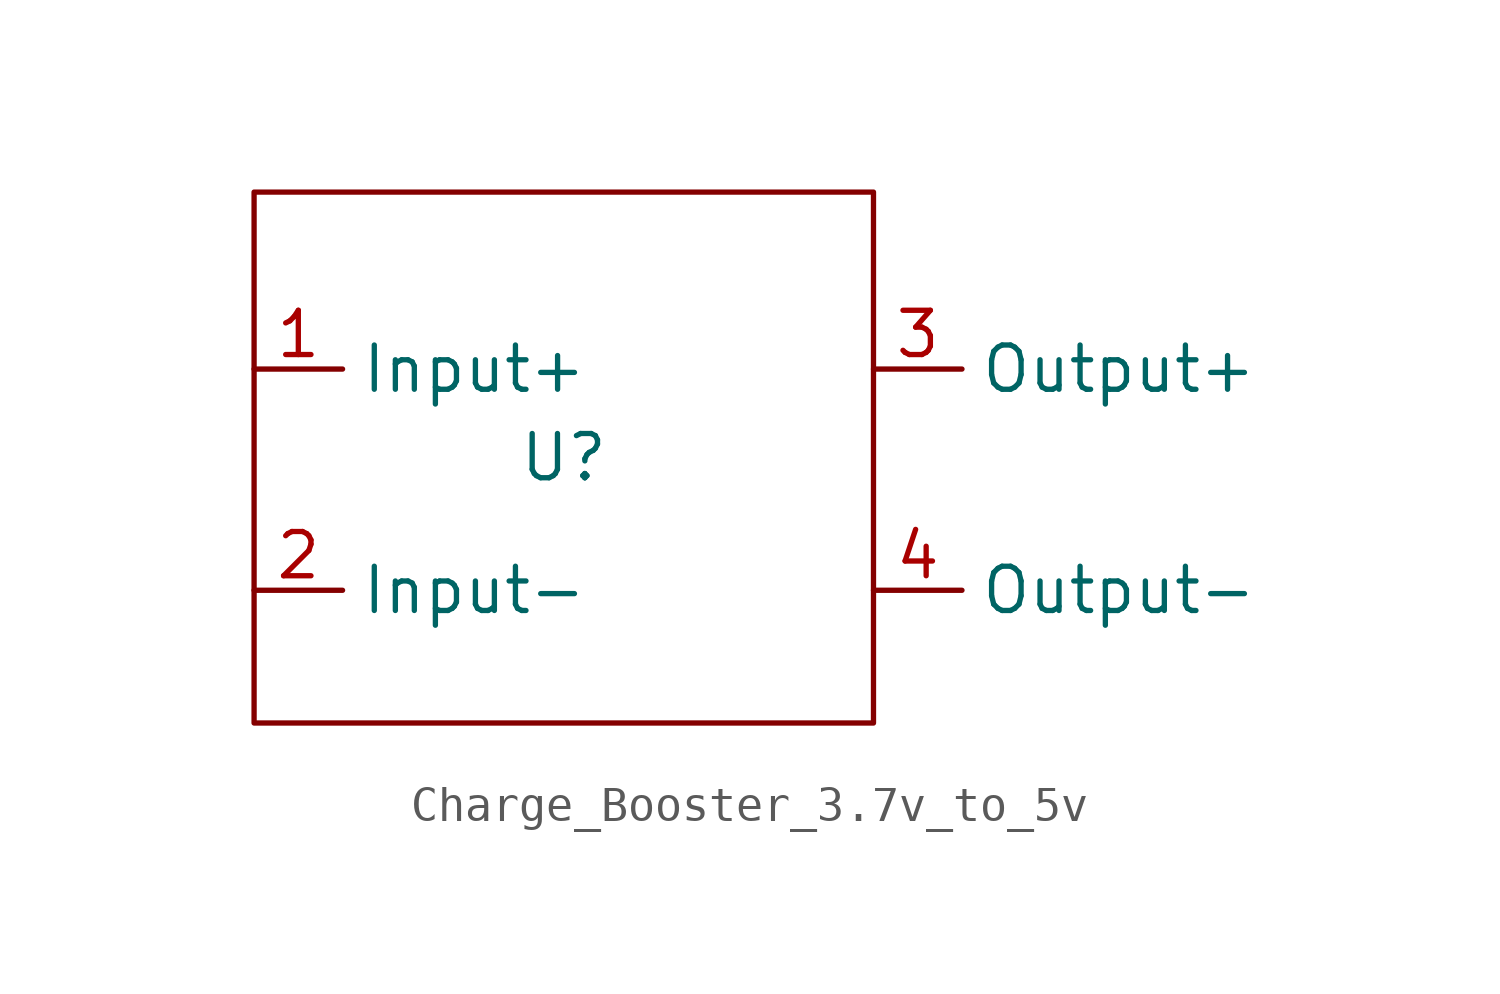
<source format=kicad_sym>
(kicad_symbol_lib
  (version 20231120)
  (generator "kicad_symbol_editor")
  (generator_version "8.0")
  (symbol "Charge_Booster_3.7v_to_5v"
    (property "Reference" "U"
      (at 0 0 0)
      (effects (font (size 1.27 1.27))))
    (property "Value" ""
      (at 0 0 0)
      (effects (font (size 1.27 1.27))))
    (symbol "Charge_Booster_3.7v_to_5v_0_1"
      (rectangle (start -8.89 7.62) (end 8.89 -7.62) (stroke (width 0) (type default)) (fill (type none))))
    (symbol "Charge_Booster_3.7v_to_5v_1_1"
      (pin input line (at -8.89 2.54 0) (length 2.54) (name "Input+" (effects (font (size 1.27 1.27)))) (number "1" (effects (font (size 1.27 1.27)))))
      (pin input line (at -8.89 -3.81 0) (length 2.54) (name "Input-" (effects (font (size 1.27 1.27)))) (number "2" (effects (font (size 1.27 1.27)))))
      (pin input line (at 8.89 2.54 0) (length 2.54) (name "Output+" (effects (font (size 1.27 1.27)))) (number "3" (effects (font (size 1.27 1.27)))))
      (pin input line (at 8.89 -3.81 0) (length 2.54) (name "Output-" (effects (font (size 1.27 1.27)))) (number "4" (effects (font (size 1.27 1.27))))))))
</source>
